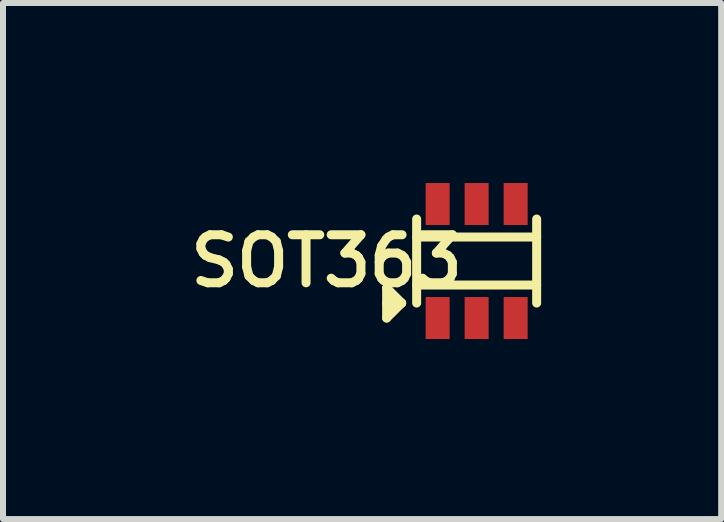
<source format=kicad_pcb>
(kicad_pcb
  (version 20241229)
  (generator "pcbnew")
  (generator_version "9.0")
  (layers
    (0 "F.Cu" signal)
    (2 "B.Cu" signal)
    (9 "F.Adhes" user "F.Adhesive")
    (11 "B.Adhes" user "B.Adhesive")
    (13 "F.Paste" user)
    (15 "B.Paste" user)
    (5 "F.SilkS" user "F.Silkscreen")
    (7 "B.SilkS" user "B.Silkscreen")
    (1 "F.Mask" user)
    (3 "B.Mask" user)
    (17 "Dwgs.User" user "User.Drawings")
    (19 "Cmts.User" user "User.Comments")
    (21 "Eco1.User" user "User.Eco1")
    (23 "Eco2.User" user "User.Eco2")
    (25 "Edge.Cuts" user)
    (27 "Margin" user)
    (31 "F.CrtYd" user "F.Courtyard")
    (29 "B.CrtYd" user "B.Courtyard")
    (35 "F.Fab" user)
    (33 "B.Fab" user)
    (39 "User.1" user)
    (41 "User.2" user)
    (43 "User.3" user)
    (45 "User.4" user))
  (footprint "SOT363"
    (layer "F.Cu")
    (at 4.893 1.3)
    (property "Reference" "SOT363" (at -2.5 0 0) (layer "F.SilkS") (effects (font (size 0.8 0.8) (thickness 0.15))))
    (attr smd)
    (fp_line (start -1.5 0.45) (end -1.5 0.95) (stroke (width 0.15) (type solid)) (layer "F.SilkS"))
    (fp_line (start -1.5 0.95) (end -1.25 0.7) (stroke (width 0.15) (type solid)) (layer "F.SilkS"))
    (fp_line (start -1.25 0.7) (end -1.5 0.45) (stroke (width 0.15) (type solid)) (layer "F.SilkS"))
    (fp_line (start -1.25 0.7) (end -1.5 0.7) (stroke (width 0.15) (type solid)) (layer "F.SilkS"))
    (fp_line (start -1 -0.7) (end -1 0.7) (stroke (width 0.15) (type solid)) (layer "F.SilkS"))
    (fp_line (start -1 0.4) (end 1 0.4) (stroke (width 0.15) (type solid)) (layer "F.SilkS"))
    (fp_line (start 1 -0.4) (end -1 -0.4) (stroke (width 0.15) (type solid)) (layer "F.SilkS"))
    (fp_line (start 1 0.7) (end 1 -0.7) (stroke (width 0.15) (type solid)) (layer "F.SilkS"))
    (pad "1" smd rect (at -0.65 0.95) (size 0.4 0.7) (layers "F.Cu" "F.Mask" "F.Paste"))
    (pad "2" smd rect (at 0 0.95) (size 0.4 0.7) (layers "F.Cu" "F.Mask" "F.Paste"))
    (pad "3" smd rect (at 0.65 0.95) (size 0.4 0.7) (layers "F.Cu" "F.Mask" "F.Paste"))
    (pad "4" smd rect (at 0.65 -0.95) (size 0.4 0.7) (layers "F.Cu" "F.Mask" "F.Paste"))
    (pad "5" smd rect (at 0 -0.95) (size 0.4 0.7) (layers "F.Cu" "F.Mask" "F.Paste"))
    (pad "6" smd rect (at -0.65 -0.95) (size 0.4 0.7) (layers "F.Cu" "F.Mask" "F.Paste")))
  (gr_rect
    (start -3 -3)
    (end 8.968 5.6)
    (stroke (width 0.1) (type default))
    (fill no)
    (layer "Edge.Cuts")))
</source>
